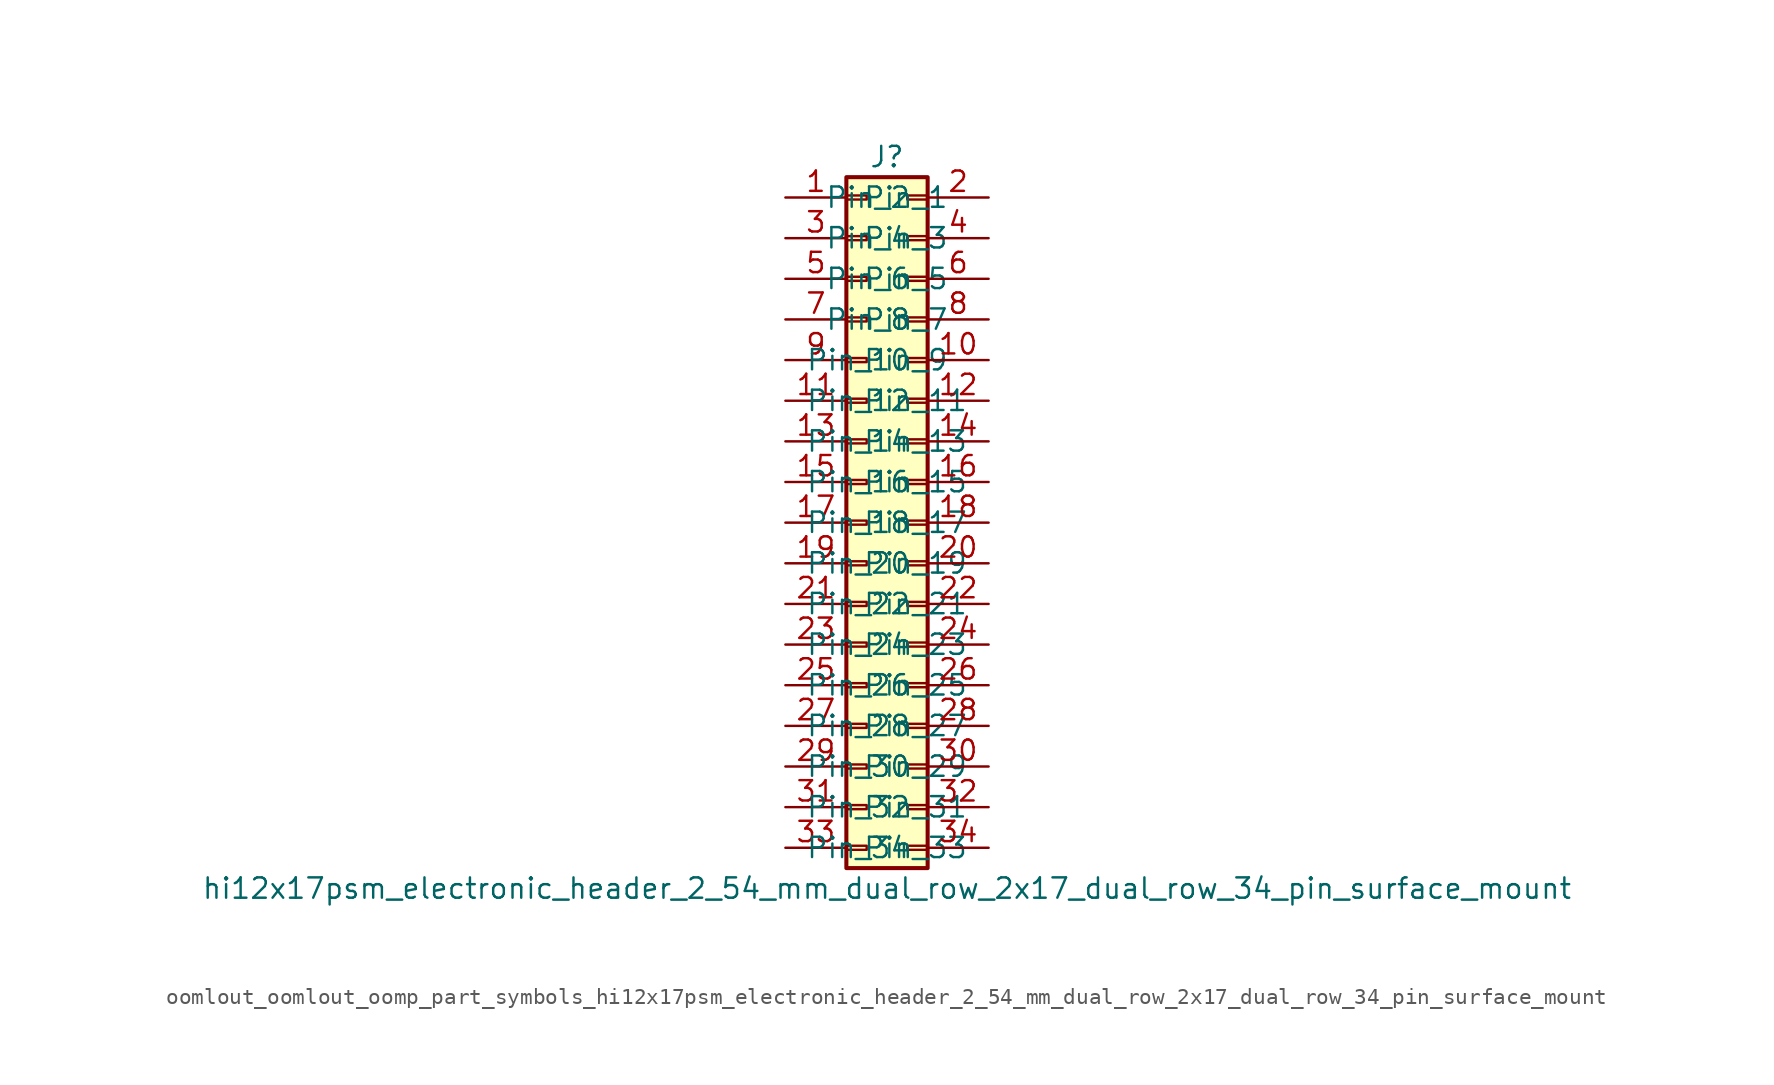
<source format=kicad_sym>
(kicad_symbol_lib
  (version 20220914)
  (generator kicad_symbol_editor)
  (symbol "oomlout_oomlout_oomp_part_symbols_hi12x17psm_electronic_header_2_54_mm_dual_row_2x17_dual_row_34_pin_surface_mount"
    (pin_names
      (offset 1.016))
    (property "Reference" "J"
      (at 1.27 22.86 0)
      (effects (font (size 1.27 1.27))))
    (property "Value" "hi12x17psm_electronic_header_2_54_mm_dual_row_2x17_dual_row_34_pin_surface_mount"
      (at 1.27 -22.86 0)
      (effects (font (size 1.27 1.27))))
    (symbol "oomlout_oomlout_oomp_part_symbols_hi12x17psm_electronic_header_2_54_mm_dual_row_2x17_dual_row_34_pin_surface_mount_1_1"
      (rectangle (start -1.27 -20.193) (end 0 -20.447) (stroke (width 0.152) (type default)) (fill (type none)))
      (rectangle (start -1.27 -17.653) (end 0 -17.907) (stroke (width 0.152) (type default)) (fill (type none)))
      (rectangle (start -1.27 -15.113) (end 0 -15.367) (stroke (width 0.152) (type default)) (fill (type none)))
      (rectangle (start -1.27 -12.573) (end 0 -12.827) (stroke (width 0.152) (type default)) (fill (type none)))
      (rectangle (start -1.27 -10.033) (end 0 -10.287) (stroke (width 0.152) (type default)) (fill (type none)))
      (rectangle (start -1.27 -7.493) (end 0 -7.747) (stroke (width 0.152) (type default)) (fill (type none)))
      (rectangle (start -1.27 -4.953) (end 0 -5.207) (stroke (width 0.152) (type default)) (fill (type none)))
      (rectangle (start -1.27 -2.413) (end 0 -2.667) (stroke (width 0.152) (type default)) (fill (type none)))
      (rectangle (start -1.27 0.127) (end 0 -0.127) (stroke (width 0.152) (type default)) (fill (type none)))
      (rectangle (start -1.27 2.667) (end 0 2.413) (stroke (width 0.152) (type default)) (fill (type none)))
      (rectangle (start -1.27 5.207) (end 0 4.953) (stroke (width 0.152) (type default)) (fill (type none)))
      (rectangle (start -1.27 7.747) (end 0 7.493) (stroke (width 0.152) (type default)) (fill (type none)))
      (rectangle (start -1.27 10.287) (end 0 10.033) (stroke (width 0.152) (type default)) (fill (type none)))
      (rectangle (start -1.27 12.827) (end 0 12.573) (stroke (width 0.152) (type default)) (fill (type none)))
      (rectangle (start -1.27 15.367) (end 0 15.113) (stroke (width 0.152) (type default)) (fill (type none)))
      (rectangle (start -1.27 17.907) (end 0 17.653) (stroke (width 0.152) (type default)) (fill (type none)))
      (rectangle (start -1.27 20.447) (end 0 20.193) (stroke (width 0.152) (type default)) (fill (type none)))
      (rectangle (start -1.27 21.59) (end 3.81 -21.59) (stroke (width 0.254) (type default)) (fill (type background)))
      (rectangle (start 3.81 -20.193) (end 2.54 -20.447) (stroke (width 0.152) (type default)) (fill (type none)))
      (rectangle (start 3.81 -17.653) (end 2.54 -17.907) (stroke (width 0.152) (type default)) (fill (type none)))
      (rectangle (start 3.81 -15.113) (end 2.54 -15.367) (stroke (width 0.152) (type default)) (fill (type none)))
      (rectangle (start 3.81 -12.573) (end 2.54 -12.827) (stroke (width 0.152) (type default)) (fill (type none)))
      (rectangle (start 3.81 -10.033) (end 2.54 -10.287) (stroke (width 0.152) (type default)) (fill (type none)))
      (rectangle (start 3.81 -7.493) (end 2.54 -7.747) (stroke (width 0.152) (type default)) (fill (type none)))
      (rectangle (start 3.81 -4.953) (end 2.54 -5.207) (stroke (width 0.152) (type default)) (fill (type none)))
      (rectangle (start 3.81 -2.413) (end 2.54 -2.667) (stroke (width 0.152) (type default)) (fill (type none)))
      (rectangle (start 3.81 0.127) (end 2.54 -0.127) (stroke (width 0.152) (type default)) (fill (type none)))
      (rectangle (start 3.81 2.667) (end 2.54 2.413) (stroke (width 0.152) (type default)) (fill (type none)))
      (rectangle (start 3.81 5.207) (end 2.54 4.953) (stroke (width 0.152) (type default)) (fill (type none)))
      (rectangle (start 3.81 7.747) (end 2.54 7.493) (stroke (width 0.152) (type default)) (fill (type none)))
      (rectangle (start 3.81 10.287) (end 2.54 10.033) (stroke (width 0.152) (type default)) (fill (type none)))
      (rectangle (start 3.81 12.827) (end 2.54 12.573) (stroke (width 0.152) (type default)) (fill (type none)))
      (rectangle (start 3.81 15.367) (end 2.54 15.113) (stroke (width 0.152) (type default)) (fill (type none)))
      (rectangle (start 3.81 17.907) (end 2.54 17.653) (stroke (width 0.152) (type default)) (fill (type none)))
      (rectangle (start 3.81 20.447) (end 2.54 20.193) (stroke (width 0.152) (type default)) (fill (type none)))
      (pin passive line (at -5.08 20.32 0) (length 3.81) (name "Pin_1" (effects (font (size 1.27 1.27)))) (number "1" (effects (font (size 1.27 1.27)))))
      (pin passive line (at 7.62 10.16 180) (length 3.81) (name "Pin_10" (effects (font (size 1.27 1.27)))) (number "10" (effects (font (size 1.27 1.27)))))
      (pin passive line (at -5.08 7.62 0) (length 3.81) (name "Pin_11" (effects (font (size 1.27 1.27)))) (number "11" (effects (font (size 1.27 1.27)))))
      (pin passive line (at 7.62 7.62 180) (length 3.81) (name "Pin_12" (effects (font (size 1.27 1.27)))) (number "12" (effects (font (size 1.27 1.27)))))
      (pin passive line (at -5.08 5.08 0) (length 3.81) (name "Pin_13" (effects (font (size 1.27 1.27)))) (number "13" (effects (font (size 1.27 1.27)))))
      (pin passive line (at 7.62 5.08 180) (length 3.81) (name "Pin_14" (effects (font (size 1.27 1.27)))) (number "14" (effects (font (size 1.27 1.27)))))
      (pin passive line (at -5.08 2.54 0) (length 3.81) (name "Pin_15" (effects (font (size 1.27 1.27)))) (number "15" (effects (font (size 1.27 1.27)))))
      (pin passive line (at 7.62 2.54 180) (length 3.81) (name "Pin_16" (effects (font (size 1.27 1.27)))) (number "16" (effects (font (size 1.27 1.27)))))
      (pin passive line (at -5.08 0 0) (length 3.81) (name "Pin_17" (effects (font (size 1.27 1.27)))) (number "17" (effects (font (size 1.27 1.27)))))
      (pin passive line (at 7.62 0 180) (length 3.81) (name "Pin_18" (effects (font (size 1.27 1.27)))) (number "18" (effects (font (size 1.27 1.27)))))
      (pin passive line (at -5.08 -2.54 0) (length 3.81) (name "Pin_19" (effects (font (size 1.27 1.27)))) (number "19" (effects (font (size 1.27 1.27)))))
      (pin passive line (at 7.62 20.32 180) (length 3.81) (name "Pin_2" (effects (font (size 1.27 1.27)))) (number "2" (effects (font (size 1.27 1.27)))))
      (pin passive line (at 7.62 -2.54 180) (length 3.81) (name "Pin_20" (effects (font (size 1.27 1.27)))) (number "20" (effects (font (size 1.27 1.27)))))
      (pin passive line (at -5.08 -5.08 0) (length 3.81) (name "Pin_21" (effects (font (size 1.27 1.27)))) (number "21" (effects (font (size 1.27 1.27)))))
      (pin passive line (at 7.62 -5.08 180) (length 3.81) (name "Pin_22" (effects (font (size 1.27 1.27)))) (number "22" (effects (font (size 1.27 1.27)))))
      (pin passive line (at -5.08 -7.62 0) (length 3.81) (name "Pin_23" (effects (font (size 1.27 1.27)))) (number "23" (effects (font (size 1.27 1.27)))))
      (pin passive line (at 7.62 -7.62 180) (length 3.81) (name "Pin_24" (effects (font (size 1.27 1.27)))) (number "24" (effects (font (size 1.27 1.27)))))
      (pin passive line (at -5.08 -10.16 0) (length 3.81) (name "Pin_25" (effects (font (size 1.27 1.27)))) (number "25" (effects (font (size 1.27 1.27)))))
      (pin passive line (at 7.62 -10.16 180) (length 3.81) (name "Pin_26" (effects (font (size 1.27 1.27)))) (number "26" (effects (font (size 1.27 1.27)))))
      (pin passive line (at -5.08 -12.7 0) (length 3.81) (name "Pin_27" (effects (font (size 1.27 1.27)))) (number "27" (effects (font (size 1.27 1.27)))))
      (pin passive line (at 7.62 -12.7 180) (length 3.81) (name "Pin_28" (effects (font (size 1.27 1.27)))) (number "28" (effects (font (size 1.27 1.27)))))
      (pin passive line (at -5.08 -15.24 0) (length 3.81) (name "Pin_29" (effects (font (size 1.27 1.27)))) (number "29" (effects (font (size 1.27 1.27)))))
      (pin passive line (at -5.08 17.78 0) (length 3.81) (name "Pin_3" (effects (font (size 1.27 1.27)))) (number "3" (effects (font (size 1.27 1.27)))))
      (pin passive line (at 7.62 -15.24 180) (length 3.81) (name "Pin_30" (effects (font (size 1.27 1.27)))) (number "30" (effects (font (size 1.27 1.27)))))
      (pin passive line (at -5.08 -17.78 0) (length 3.81) (name "Pin_31" (effects (font (size 1.27 1.27)))) (number "31" (effects (font (size 1.27 1.27)))))
      (pin passive line (at 7.62 -17.78 180) (length 3.81) (name "Pin_32" (effects (font (size 1.27 1.27)))) (number "32" (effects (font (size 1.27 1.27)))))
      (pin passive line (at -5.08 -20.32 0) (length 3.81) (name "Pin_33" (effects (font (size 1.27 1.27)))) (number "33" (effects (font (size 1.27 1.27)))))
      (pin passive line (at 7.62 -20.32 180) (length 3.81) (name "Pin_34" (effects (font (size 1.27 1.27)))) (number "34" (effects (font (size 1.27 1.27)))))
      (pin passive line (at 7.62 17.78 180) (length 3.81) (name "Pin_4" (effects (font (size 1.27 1.27)))) (number "4" (effects (font (size 1.27 1.27)))))
      (pin passive line (at -5.08 15.24 0) (length 3.81) (name "Pin_5" (effects (font (size 1.27 1.27)))) (number "5" (effects (font (size 1.27 1.27)))))
      (pin passive line (at 7.62 15.24 180) (length 3.81) (name "Pin_6" (effects (font (size 1.27 1.27)))) (number "6" (effects (font (size 1.27 1.27)))))
      (pin passive line (at -5.08 12.7 0) (length 3.81) (name "Pin_7" (effects (font (size 1.27 1.27)))) (number "7" (effects (font (size 1.27 1.27)))))
      (pin passive line (at 7.62 12.7 180) (length 3.81) (name "Pin_8" (effects (font (size 1.27 1.27)))) (number "8" (effects (font (size 1.27 1.27)))))
      (pin passive line (at -5.08 10.16 0) (length 3.81) (name "Pin_9" (effects (font (size 1.27 1.27)))) (number "9" (effects (font (size 1.27 1.27))))))))
</source>
